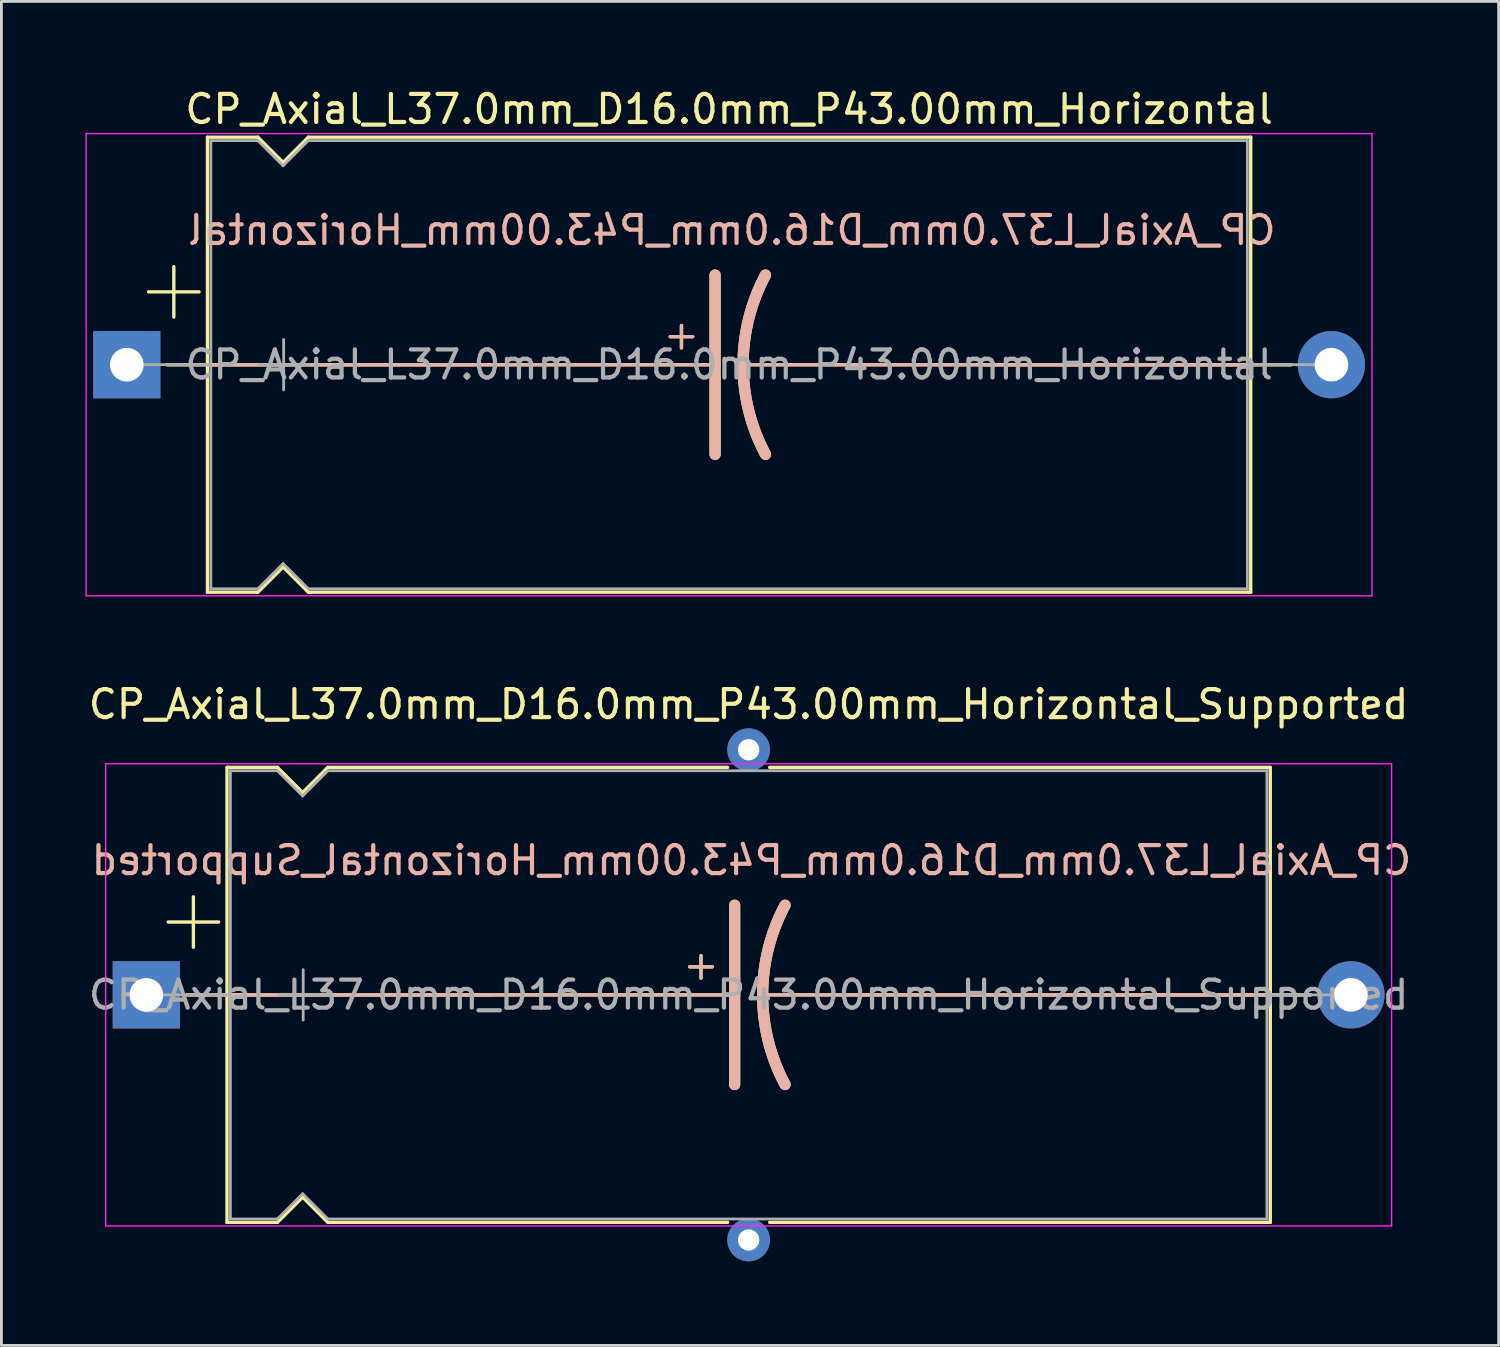
<source format=kicad_pcb>
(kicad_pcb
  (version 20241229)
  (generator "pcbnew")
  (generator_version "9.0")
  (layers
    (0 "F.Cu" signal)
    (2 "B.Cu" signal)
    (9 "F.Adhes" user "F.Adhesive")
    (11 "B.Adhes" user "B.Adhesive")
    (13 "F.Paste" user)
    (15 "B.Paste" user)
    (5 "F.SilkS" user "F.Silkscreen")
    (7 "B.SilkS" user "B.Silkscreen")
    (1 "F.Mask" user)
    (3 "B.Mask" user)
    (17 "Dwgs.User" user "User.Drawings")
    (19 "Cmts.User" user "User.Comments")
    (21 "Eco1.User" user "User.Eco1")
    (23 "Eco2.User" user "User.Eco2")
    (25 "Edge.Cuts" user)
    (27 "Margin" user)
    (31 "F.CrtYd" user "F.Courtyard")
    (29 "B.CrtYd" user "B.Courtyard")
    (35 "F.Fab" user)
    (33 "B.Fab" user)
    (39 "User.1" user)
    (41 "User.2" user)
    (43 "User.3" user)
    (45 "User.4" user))
  (footprint "CP_Axial_L37.0mm_D16.0mm_P43.00mm_Horizontal_Supported"
    (layer "F.Cu")
    (at 2.173 32.462)
    (property "Reference" "CP_Axial_L37.0mm_D16.0mm_P43.00mm_Horizontal_Supported" (at 21.5 -10.37 0) (layer "F.SilkS") (effects (font (size 1 1) (thickness 0.15))))
    (fp_line (start 0.78 -2.6) (end 2.58 -2.6) (stroke (width 0.12) (type solid)) (layer "F.SilkS"))
    (fp_line (start 1.44 0) (end 2.88 0) (stroke (width 0.12) (type solid)) (layer "F.SilkS"))
    (fp_line (start 1.68 -3.5) (end 1.68 -1.7) (stroke (width 0.12) (type solid)) (layer "F.SilkS"))
    (fp_line (start 2.88 -8.12) (end 2.88 8.12) (stroke (width 0.12) (type solid)) (layer "F.SilkS"))
    (fp_line (start 2.88 -8.12) (end 4.68 -8.12) (stroke (width 0.12) (type solid)) (layer "F.SilkS"))
    (fp_line (start 2.88 0) (end 21 0) (stroke (width 0.12) (type solid)) (layer "F.SilkS"))
    (fp_line (start 2.88 8.12) (end 4.68 8.12) (stroke (width 0.12) (type solid)) (layer "F.SilkS"))
    (fp_line (start 4.68 -8.12) (end 5.58 -7.22) (stroke (width 0.12) (type solid)) (layer "F.SilkS"))
    (fp_line (start 4.68 8.12) (end 5.58 7.22) (stroke (width 0.12) (type solid)) (layer "F.SilkS"))
    (fp_line (start 5.58 -7.22) (end 6.48 -8.12) (stroke (width 0.12) (type solid)) (layer "F.SilkS"))
    (fp_line (start 5.58 7.22) (end 6.48 8.12) (stroke (width 0.12) (type solid)) (layer "F.SilkS"))
    (fp_line (start 6.48 -8.12) (end 20.75 -8.12) (stroke (width 0.12) (type solid)) (layer "F.SilkS"))
    (fp_line (start 6.48 8.12) (end 20.75 8.12) (stroke (width 0.12) (type solid)) (layer "F.SilkS"))
    (fp_line (start 19.4 -1) (end 20.2 -1) (stroke (width 0.12) (type solid)) (layer "F.SilkS"))
    (fp_line (start 19.8 -1.4) (end 19.8 -0.6) (stroke (width 0.12) (type solid)) (layer "F.SilkS"))
    (fp_line (start 21 0) (end 21 -3.2) (stroke (width 0.4) (type solid)) (layer "F.SilkS"))
    (fp_line (start 21 0) (end 21 3.2) (stroke (width 0.4) (type solid)) (layer "F.SilkS"))
    (fp_line (start 22.25 -8.12) (end 40.12 -8.12) (stroke (width 0.12) (type solid)) (layer "F.SilkS"))
    (fp_line (start 22.25 8.12) (end 40.12 8.12) (stroke (width 0.12) (type solid)) (layer "F.SilkS"))
    (fp_line (start 40.12 -8.12) (end 40.12 8.12) (stroke (width 0.12) (type solid)) (layer "F.SilkS"))
    (fp_line (start 40.12 0) (end 22 0) (stroke (width 0.12) (type solid)) (layer "F.SilkS"))
    (fp_line (start 41.56 0) (end 40.12 0) (stroke (width 0.12) (type solid)) (layer "F.SilkS"))
    (fp_arc (start 22 0) (mid 22.203545 -1.649114) (end 22.8 -3.2) (stroke (width 0.4) (type solid)) (layer "F.SilkS"))
    (fp_arc (start 22.8 3.2) (mid 22.200704 1.649824) (end 22 0) (stroke (width 0.4) (type solid)) (layer "F.SilkS"))
    (fp_line (start 1.45 0) (end 12.38 0) (stroke (width 0.12) (type solid)) (layer "B.SilkS"))
    (fp_line (start 2.88 0) (end 21 0) (stroke (width 0.12) (type solid)) (layer "B.SilkS"))
    (fp_line (start 19.4 -1) (end 20.2 -1) (stroke (width 0.12) (type solid)) (layer "B.SilkS"))
    (fp_line (start 19.8 -0.6) (end 19.8 -1.4) (stroke (width 0.12) (type solid)) (layer "B.SilkS"))
    (fp_line (start 21 0) (end 21 -3.2) (stroke (width 0.4) (type solid)) (layer "B.SilkS"))
    (fp_line (start 21 0) (end 21 3.2) (stroke (width 0.4) (type solid)) (layer "B.SilkS"))
    (fp_line (start 40.12 0) (end 22 0) (stroke (width 0.12) (type solid)) (layer "B.SilkS"))
    (fp_line (start 41.55 0) (end 30.62 0) (stroke (width 0.12) (type solid)) (layer "B.SilkS"))
    (fp_arc (start 22 0) (mid 22.200703 -1.649824) (end 22.8 -3.2) (stroke (width 0.4) (type solid)) (layer "B.SilkS"))
    (fp_arc (start 22.8 3.2) (mid 22.203544 1.649114) (end 22 0) (stroke (width 0.4) (type solid)) (layer "B.SilkS"))
    (fp_line (start -1.45 -8.25) (end -1.45 8.25) (stroke (width 0.05) (type solid)) (layer "F.CrtYd"))
    (fp_line (start -1.45 8.25) (end 44.45 8.25) (stroke (width 0.05) (type solid)) (layer "F.CrtYd"))
    (fp_line (start 44.45 -8.25) (end -1.45 -8.25) (stroke (width 0.05) (type solid)) (layer "F.CrtYd"))
    (fp_line (start 44.45 8.25) (end 44.45 -8.25) (stroke (width 0.05) (type solid)) (layer "F.CrtYd"))
    (fp_line (start 0 0) (end 3 0) (stroke (width 0.1) (type solid)) (layer "F.Fab"))
    (fp_line (start 3 -8) (end 3 8) (stroke (width 0.1) (type solid)) (layer "F.Fab"))
    (fp_line (start 3 -8) (end 4.68 -8) (stroke (width 0.1) (type solid)) (layer "F.Fab"))
    (fp_line (start 3 8) (end 4.68 8) (stroke (width 0.1) (type solid)) (layer "F.Fab"))
    (fp_line (start 4.68 -8) (end 5.58 -7.1) (stroke (width 0.1) (type solid)) (layer "F.Fab"))
    (fp_line (start 4.68 8) (end 5.58 7.1) (stroke (width 0.1) (type solid)) (layer "F.Fab"))
    (fp_line (start 4.7 0) (end 6.5 0) (stroke (width 0.1) (type solid)) (layer "F.Fab"))
    (fp_line (start 5.58 -7.1) (end 6.48 -8) (stroke (width 0.1) (type solid)) (layer "F.Fab"))
    (fp_line (start 5.58 7.1) (end 6.48 8) (stroke (width 0.1) (type solid)) (layer "F.Fab"))
    (fp_line (start 5.6 -0.9) (end 5.6 0.9) (stroke (width 0.1) (type solid)) (layer "F.Fab"))
    (fp_line (start 6.48 -8) (end 40 -8) (stroke (width 0.1) (type solid)) (layer "F.Fab"))
    (fp_line (start 6.48 8) (end 40 8) (stroke (width 0.1) (type solid)) (layer "F.Fab"))
    (fp_line (start 40 -8) (end 40 8) (stroke (width 0.1) (type solid)) (layer "F.Fab"))
    (fp_line (start 43 0) (end 40 0) (stroke (width 0.1) (type solid)) (layer "F.Fab"))
    (fp_text user "${REFERENCE}" (at 21.6 -4.8 0) (layer "B.SilkS") (effects (font (size 1 1) (thickness 0.15)) (justify mirror)))
    (fp_text user "${REFERENCE}" (at 21.5 0 0) (layer "F.Fab") (effects (font (size 1 1) (thickness 0.15))))
    (pad "" thru_hole circle (at 21.5 -8.75) (size 1.524 1.524) (drill 0.762) (layers "*.Cu" "*.Mask"))
    (pad "" thru_hole circle (at 21.5 8.75) (size 1.524 1.524) (drill 0.762) (layers "*.Cu" "*.Mask"))
    (pad "1" thru_hole rect (at 0 0) (size 2.4 2.4) (drill 1.2) (layers "*.Cu" "*.Mask"))
    (pad "2" thru_hole oval (at 43 0) (size 2.4 2.4) (drill 1.2) (layers "*.Cu" "*.Mask")))
  (footprint "CP_Axial_L37.0mm_D16.0mm_P43.00mm_Horizontal"
    (layer "F.Cu")
    (at 1.475 9.968)
    (property "Reference" "CP_Axial_L37.0mm_D16.0mm_P43.00mm_Horizontal" (at 21.5 -9.12 0) (layer "F.SilkS") (effects (font (size 1 1) (thickness 0.15))))
    (fp_line (start 0.78 -2.6) (end 2.58 -2.6) (stroke (width 0.12) (type solid)) (layer "F.SilkS"))
    (fp_line (start 1.44 0) (end 2.88 0) (stroke (width 0.12) (type solid)) (layer "F.SilkS"))
    (fp_line (start 1.68 -3.5) (end 1.68 -1.7) (stroke (width 0.12) (type solid)) (layer "F.SilkS"))
    (fp_line (start 2.88 -8.12) (end 2.88 8.12) (stroke (width 0.12) (type solid)) (layer "F.SilkS"))
    (fp_line (start 2.88 -8.12) (end 4.68 -8.12) (stroke (width 0.12) (type solid)) (layer "F.SilkS"))
    (fp_line (start 2.88 0) (end 21 0) (stroke (width 0.12) (type solid)) (layer "F.SilkS"))
    (fp_line (start 2.88 8.12) (end 4.68 8.12) (stroke (width 0.12) (type solid)) (layer "F.SilkS"))
    (fp_line (start 4.68 -8.12) (end 5.58 -7.22) (stroke (width 0.12) (type solid)) (layer "F.SilkS"))
    (fp_line (start 4.68 8.12) (end 5.58 7.22) (stroke (width 0.12) (type solid)) (layer "F.SilkS"))
    (fp_line (start 5.58 -7.22) (end 6.48 -8.12) (stroke (width 0.12) (type solid)) (layer "F.SilkS"))
    (fp_line (start 5.58 7.22) (end 6.48 8.12) (stroke (width 0.12) (type solid)) (layer "F.SilkS"))
    (fp_line (start 6.48 -8.12) (end 40.12 -8.12) (stroke (width 0.12) (type solid)) (layer "F.SilkS"))
    (fp_line (start 6.48 8.12) (end 40.12 8.12) (stroke (width 0.12) (type solid)) (layer "F.SilkS"))
    (fp_line (start 19.4 -1) (end 20.2 -1) (stroke (width 0.12) (type solid)) (layer "F.SilkS"))
    (fp_line (start 19.8 -1.4) (end 19.8 -0.6) (stroke (width 0.12) (type solid)) (layer "F.SilkS"))
    (fp_line (start 21 0) (end 21 -3.2) (stroke (width 0.4) (type solid)) (layer "F.SilkS"))
    (fp_line (start 21 0) (end 21 3.2) (stroke (width 0.4) (type solid)) (layer "F.SilkS"))
    (fp_line (start 40.12 -8.12) (end 40.12 8.12) (stroke (width 0.12) (type solid)) (layer "F.SilkS"))
    (fp_line (start 40.12 0) (end 22 0) (stroke (width 0.12) (type solid)) (layer "F.SilkS"))
    (fp_line (start 41.56 0) (end 40.12 0) (stroke (width 0.12) (type solid)) (layer "F.SilkS"))
    (fp_arc (start 22 0) (mid 22.203545 -1.649114) (end 22.8 -3.2) (stroke (width 0.4) (type solid)) (layer "F.SilkS"))
    (fp_arc (start 22.8 3.2) (mid 22.200704 1.649824) (end 22 0) (stroke (width 0.4) (type solid)) (layer "F.SilkS"))
    (fp_line (start 1.45 0) (end 12.38 0) (stroke (width 0.12) (type solid)) (layer "B.SilkS"))
    (fp_line (start 2.88 0) (end 21 0) (stroke (width 0.12) (type solid)) (layer "B.SilkS"))
    (fp_line (start 19.4 -1) (end 20.2 -1) (stroke (width 0.12) (type solid)) (layer "B.SilkS"))
    (fp_line (start 19.8 -0.6) (end 19.8 -1.4) (stroke (width 0.12) (type solid)) (layer "B.SilkS"))
    (fp_line (start 21 0) (end 21 -3.2) (stroke (width 0.4) (type solid)) (layer "B.SilkS"))
    (fp_line (start 21 0) (end 21 3.2) (stroke (width 0.4) (type solid)) (layer "B.SilkS"))
    (fp_line (start 40.12 0) (end 22 0) (stroke (width 0.12) (type solid)) (layer "B.SilkS"))
    (fp_line (start 41.55 0) (end 30.62 0) (stroke (width 0.12) (type solid)) (layer "B.SilkS"))
    (fp_arc (start 22 0) (mid 22.200703 -1.649824) (end 22.8 -3.2) (stroke (width 0.4) (type solid)) (layer "B.SilkS"))
    (fp_arc (start 22.8 3.2) (mid 22.203544 1.649114) (end 22 0) (stroke (width 0.4) (type solid)) (layer "B.SilkS"))
    (fp_line (start -1.45 -8.25) (end -1.45 8.25) (stroke (width 0.05) (type solid)) (layer "F.CrtYd"))
    (fp_line (start -1.45 8.25) (end 44.45 8.25) (stroke (width 0.05) (type solid)) (layer "F.CrtYd"))
    (fp_line (start 44.45 -8.25) (end -1.45 -8.25) (stroke (width 0.05) (type solid)) (layer "F.CrtYd"))
    (fp_line (start 44.45 8.25) (end 44.45 -8.25) (stroke (width 0.05) (type solid)) (layer "F.CrtYd"))
    (fp_line (start 0 0) (end 3 0) (stroke (width 0.1) (type solid)) (layer "F.Fab"))
    (fp_line (start 3 -8) (end 3 8) (stroke (width 0.1) (type solid)) (layer "F.Fab"))
    (fp_line (start 3 -8) (end 4.68 -8) (stroke (width 0.1) (type solid)) (layer "F.Fab"))
    (fp_line (start 3 8) (end 4.68 8) (stroke (width 0.1) (type solid)) (layer "F.Fab"))
    (fp_line (start 4.68 -8) (end 5.58 -7.1) (stroke (width 0.1) (type solid)) (layer "F.Fab"))
    (fp_line (start 4.68 8) (end 5.58 7.1) (stroke (width 0.1) (type solid)) (layer "F.Fab"))
    (fp_line (start 4.7 0) (end 6.5 0) (stroke (width 0.1) (type solid)) (layer "F.Fab"))
    (fp_line (start 5.58 -7.1) (end 6.48 -8) (stroke (width 0.1) (type solid)) (layer "F.Fab"))
    (fp_line (start 5.58 7.1) (end 6.48 8) (stroke (width 0.1) (type solid)) (layer "F.Fab"))
    (fp_line (start 5.6 -0.9) (end 5.6 0.9) (stroke (width 0.1) (type solid)) (layer "F.Fab"))
    (fp_line (start 6.48 -8) (end 40 -8) (stroke (width 0.1) (type solid)) (layer "F.Fab"))
    (fp_line (start 6.48 8) (end 40 8) (stroke (width 0.1) (type solid)) (layer "F.Fab"))
    (fp_line (start 40 -8) (end 40 8) (stroke (width 0.1) (type solid)) (layer "F.Fab"))
    (fp_line (start 43 0) (end 40 0) (stroke (width 0.1) (type solid)) (layer "F.Fab"))
    (fp_text user "${REFERENCE}" (at 21.6 -4.8 0) (layer "B.SilkS") (effects (font (size 1 1) (thickness 0.15)) (justify mirror)))
    (fp_text user "${REFERENCE}" (at 21.5 0 0) (layer "F.Fab") (effects (font (size 1 1) (thickness 0.15))))
    (pad "1" thru_hole rect (at 0 0) (size 2.4 2.4) (drill 1.2) (layers "*.Cu" "*.Mask"))
    (pad "2" thru_hole oval (at 43 0) (size 2.4 2.4) (drill 1.2) (layers "*.Cu" "*.Mask")))
  (gr_rect
    (start -3 -3)
    (end 50.445 44.974)
    (stroke (width 0.1) (type default))
    (fill no)
    (layer "Edge.Cuts")))
</source>
